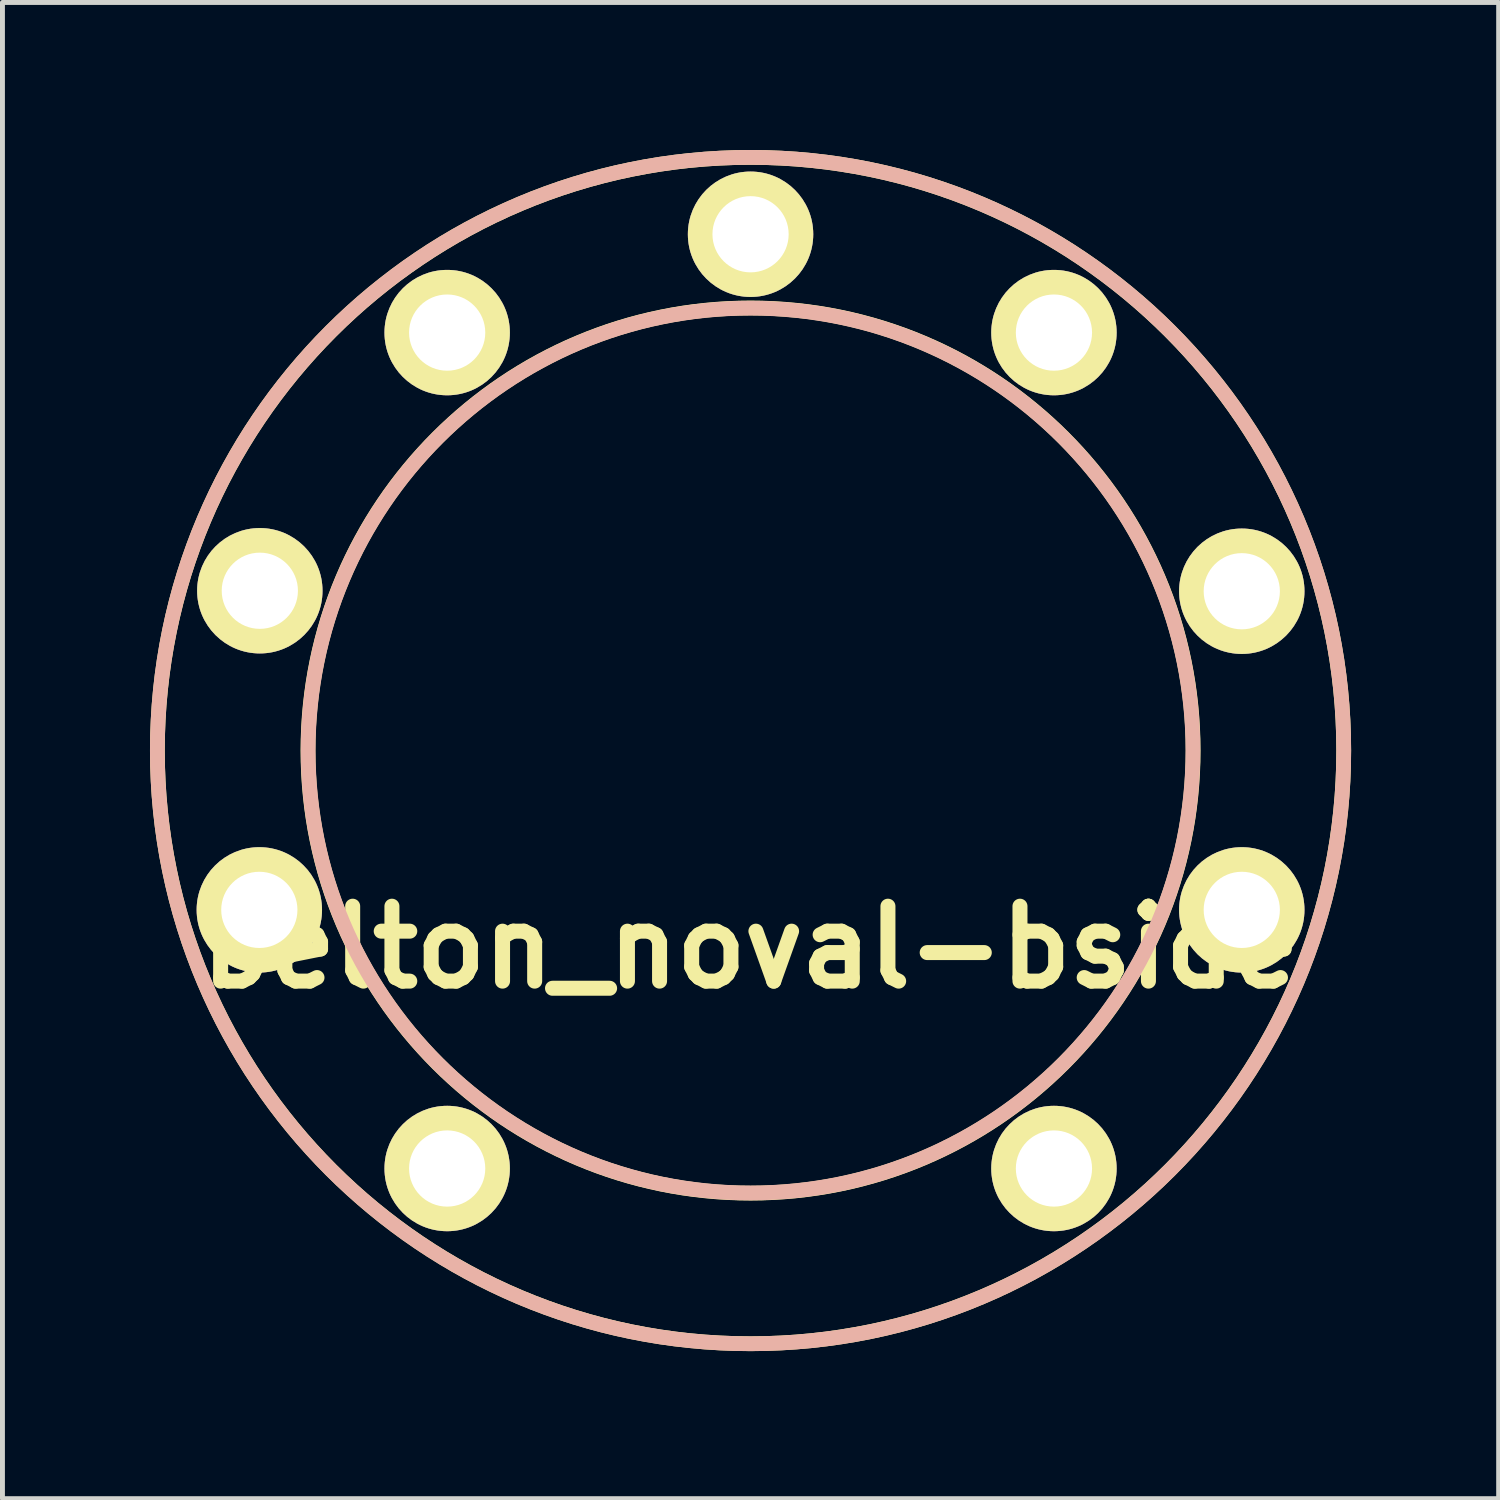
<source format=kicad_pcb>
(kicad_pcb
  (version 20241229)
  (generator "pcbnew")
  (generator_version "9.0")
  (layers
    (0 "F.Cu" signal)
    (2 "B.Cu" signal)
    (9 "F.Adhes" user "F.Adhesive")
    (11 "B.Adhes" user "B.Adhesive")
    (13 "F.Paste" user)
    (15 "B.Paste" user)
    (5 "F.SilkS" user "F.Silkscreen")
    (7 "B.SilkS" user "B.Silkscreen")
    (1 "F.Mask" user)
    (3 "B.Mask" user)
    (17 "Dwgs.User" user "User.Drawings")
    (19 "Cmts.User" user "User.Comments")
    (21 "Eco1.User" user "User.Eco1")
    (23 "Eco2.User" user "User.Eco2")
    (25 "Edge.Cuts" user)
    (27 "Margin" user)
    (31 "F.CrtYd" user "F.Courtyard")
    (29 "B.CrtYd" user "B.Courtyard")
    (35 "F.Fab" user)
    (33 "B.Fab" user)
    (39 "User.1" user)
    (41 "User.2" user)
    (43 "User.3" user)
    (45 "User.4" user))
  (footprint "belton_noval-bside"
    (layer "F.Cu")
    (at 12.214 12.214)
    (property "Reference" "belton_noval-bside" (at 0 4 0) (layer "F.SilkS") (effects (font (size 1.524 1.524) (thickness 0.305))))
    (attr through_hole)
    (fp_circle (center 0 0) (end 9.001 0) (stroke (width 0.3) (type solid)) (fill no) (layer "F.SilkS"))
    (fp_circle (center 0 0) (end 12.063 0) (stroke (width 0.3) (type solid)) (fill no) (layer "F.SilkS"))
    (fp_circle (center 0 0) (end 8.997 0) (stroke (width 0.3) (type solid)) (fill no) (layer "B.SilkS"))
    (fp_circle (center 0 0) (end 12.064 0) (stroke (width 0.3) (type solid)) (fill no) (layer "B.SilkS"))
    (pad "1" thru_hole circle (at 6.17 8.5) (size 2.55 2.55) (drill 1.55) (layers "*.Cu" "*.Mask" "F.SilkS"))
    (pad "2" thru_hole circle (at 9.99 3.24) (size 2.55 2.55) (drill 1.55) (layers "*.Cu" "*.Mask" "F.SilkS"))
    (pad "3" thru_hole circle (at 9.99 -3.24) (size 2.55 2.55) (drill 1.55) (layers "*.Cu" "*.Mask" "F.SilkS"))
    (pad "4" thru_hole circle (at 6.17 -8.5) (size 2.55 2.55) (drill 1.55) (layers "*.Cu" "*.Mask" "F.SilkS"))
    (pad "5" thru_hole circle (at 0 -10.5) (size 2.55 2.55) (drill 1.55) (layers "*.Cu" "*.Mask" "F.SilkS"))
    (pad "6" thru_hole circle (at -6.17 -8.5) (size 2.55 2.55) (drill 1.55) (layers "*.Cu" "*.Mask" "F.SilkS"))
    (pad "7" thru_hole circle (at -9.98 -3.25) (size 2.55 2.55) (drill 1.55) (layers "*.Cu" "*.Mask" "F.SilkS"))
    (pad "8" thru_hole circle (at -9.99 3.24) (size 2.55 2.55) (drill 1.55) (layers "*.Cu" "*.Mask" "F.SilkS"))
    (pad "9" thru_hole circle (at -6.17 8.5) (size 2.55 2.55) (drill 1.55) (layers "*.Cu" "*.Mask" "F.SilkS")))
  (gr_rect
    (start -3 -3)
    (end 27.428 27.428)
    (stroke (width 0.1) (type default))
    (fill no)
    (layer "Edge.Cuts")))
</source>
